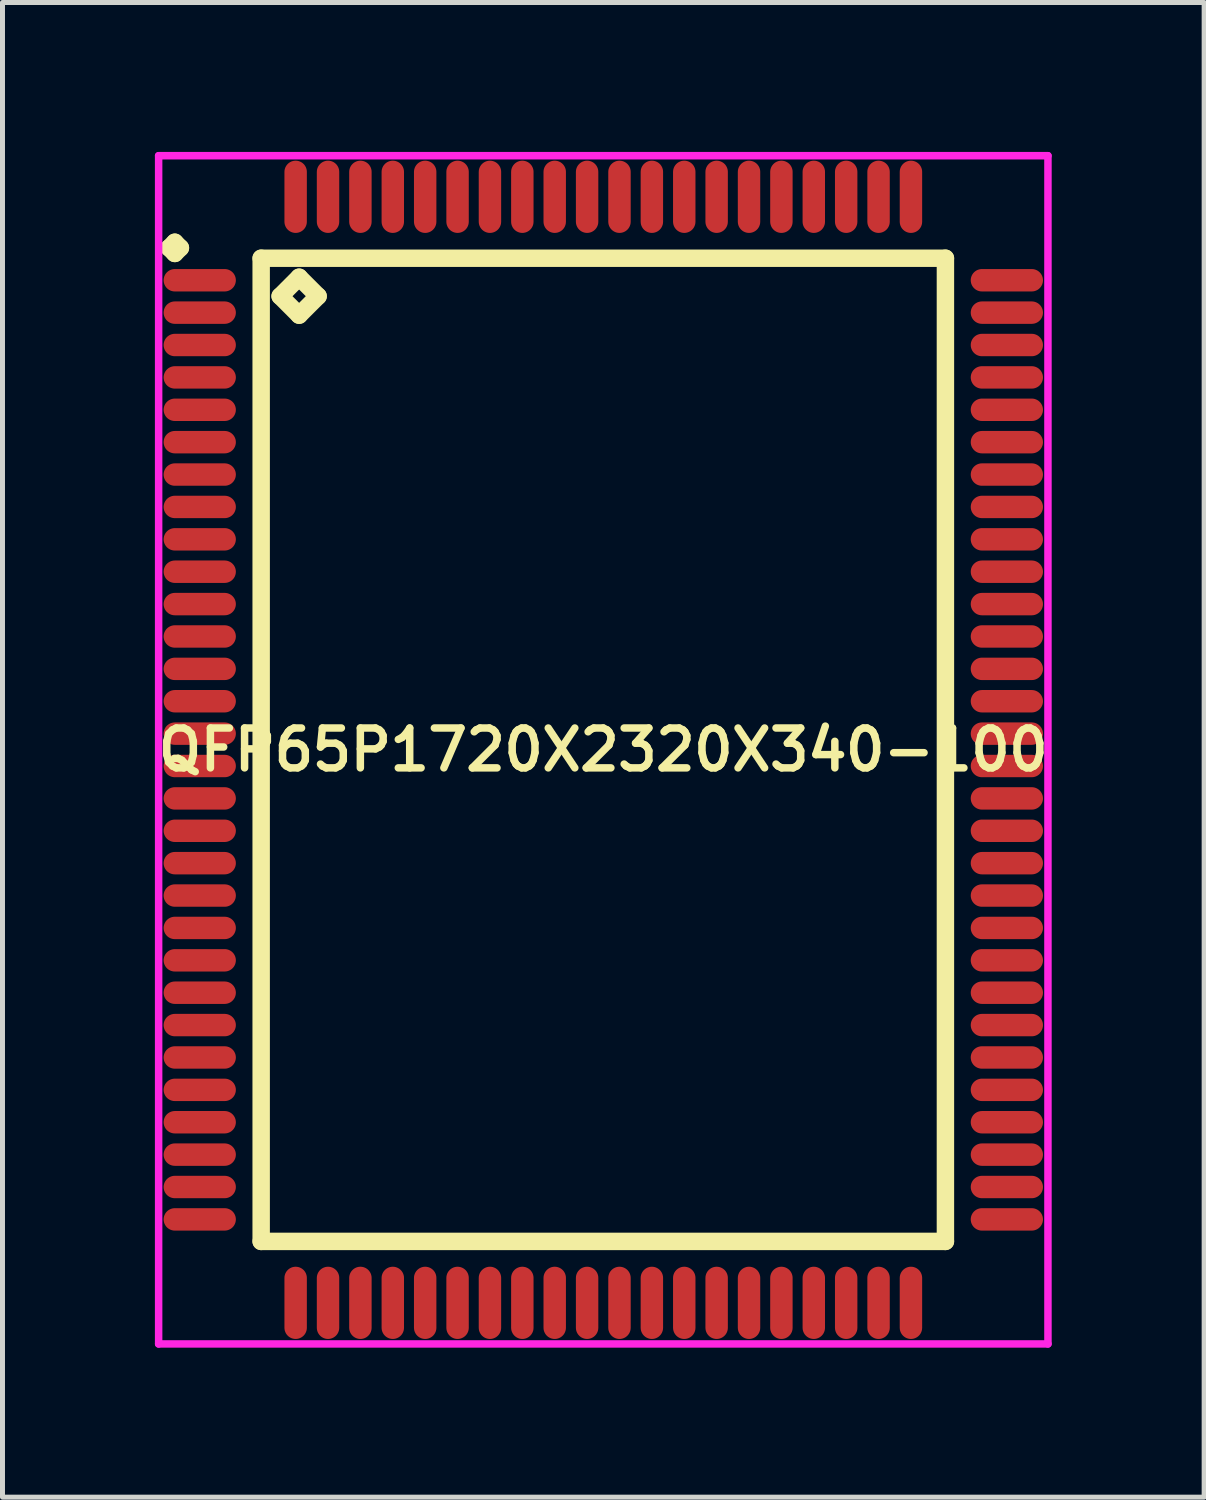
<source format=kicad_pcb>
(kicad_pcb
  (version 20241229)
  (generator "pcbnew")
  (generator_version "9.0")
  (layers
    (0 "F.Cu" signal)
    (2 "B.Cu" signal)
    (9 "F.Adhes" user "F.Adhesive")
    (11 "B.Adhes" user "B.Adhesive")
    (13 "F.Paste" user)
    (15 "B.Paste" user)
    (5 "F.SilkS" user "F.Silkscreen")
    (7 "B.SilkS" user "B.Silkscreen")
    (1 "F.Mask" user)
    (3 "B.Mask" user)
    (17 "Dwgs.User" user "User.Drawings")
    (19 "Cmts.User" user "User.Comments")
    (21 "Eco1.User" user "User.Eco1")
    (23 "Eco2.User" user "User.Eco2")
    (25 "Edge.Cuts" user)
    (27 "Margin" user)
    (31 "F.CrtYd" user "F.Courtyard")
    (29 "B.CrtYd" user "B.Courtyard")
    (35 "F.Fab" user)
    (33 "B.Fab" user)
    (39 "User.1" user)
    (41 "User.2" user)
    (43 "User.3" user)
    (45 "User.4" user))
  (footprint "QFP65P1720X2320X340-100"
    (layer "F.Cu")
    (at 9.059 12)
    (property "Reference" "QFP65P1720X2320X340-100" (at 0 0 0) (layer "F.SilkS") (effects (font (size 0.8 0.8) (thickness 0.15))))
    (attr smd)
    (fp_line (start -8.713 -10.075) (end -8.6 -10.188) (stroke (width 0.35) (type solid)) (layer "F.SilkS"))
    (fp_line (start -8.6 -10.188) (end -8.488 -10.075) (stroke (width 0.35) (type solid)) (layer "F.SilkS"))
    (fp_line (start -8.6 -9.963) (end -8.713 -10.075) (stroke (width 0.35) (type solid)) (layer "F.SilkS"))
    (fp_line (start -8.488 -10.075) (end -8.6 -9.963) (stroke (width 0.35) (type solid)) (layer "F.SilkS"))
    (fp_line (start -6.867 -9.867) (end -6.867 9.867) (stroke (width 0.35) (type solid)) (layer "F.SilkS"))
    (fp_line (start -6.867 9.867) (end 6.867 9.867) (stroke (width 0.35) (type solid)) (layer "F.SilkS"))
    (fp_line (start -6.486 -9.105) (end -6.105 -9.486) (stroke (width 0.35) (type solid)) (layer "F.SilkS"))
    (fp_line (start -6.105 -9.486) (end -5.724 -9.105) (stroke (width 0.35) (type solid)) (layer "F.SilkS"))
    (fp_line (start -6.105 -8.724) (end -6.486 -9.105) (stroke (width 0.35) (type solid)) (layer "F.SilkS"))
    (fp_line (start -5.724 -9.105) (end -6.105 -8.724) (stroke (width 0.35) (type solid)) (layer "F.SilkS"))
    (fp_line (start 6.867 -9.867) (end -6.867 -9.867) (stroke (width 0.35) (type solid)) (layer "F.SilkS"))
    (fp_line (start 6.867 9.867) (end 6.867 -9.867) (stroke (width 0.35) (type solid)) (layer "F.SilkS"))
    (fp_line (start -8.925 -11.925) (end 8.925 -11.925) (stroke (width 0.15) (type solid)) (layer "F.CrtYd"))
    (fp_line (start -8.925 11.925) (end -8.925 -11.925) (stroke (width 0.15) (type solid)) (layer "F.CrtYd"))
    (fp_line (start 8.925 -11.925) (end 8.925 11.925) (stroke (width 0.15) (type solid)) (layer "F.CrtYd"))
    (fp_line (start 8.925 11.925) (end -8.925 11.925) (stroke (width 0.15) (type solid)) (layer "F.CrtYd"))
    (pad "1" smd oval (at -8.1 -9.425) (size 1.45 0.45) (layers "F.Cu" "F.Mask" "F.Paste"))
    (pad "2" smd oval (at -8.1 -8.775) (size 1.45 0.45) (layers "F.Cu" "F.Mask" "F.Paste"))
    (pad "3" smd oval (at -8.1 -8.125) (size 1.45 0.45) (layers "F.Cu" "F.Mask" "F.Paste"))
    (pad "4" smd oval (at -8.1 -7.475) (size 1.45 0.45) (layers "F.Cu" "F.Mask" "F.Paste"))
    (pad "5" smd oval (at -8.1 -6.825) (size 1.45 0.45) (layers "F.Cu" "F.Mask" "F.Paste"))
    (pad "6" smd oval (at -8.1 -6.175) (size 1.45 0.45) (layers "F.Cu" "F.Mask" "F.Paste"))
    (pad "7" smd oval (at -8.1 -5.525) (size 1.45 0.45) (layers "F.Cu" "F.Mask" "F.Paste"))
    (pad "8" smd oval (at -8.1 -4.875) (size 1.45 0.45) (layers "F.Cu" "F.Mask" "F.Paste"))
    (pad "9" smd oval (at -8.1 -4.225) (size 1.45 0.45) (layers "F.Cu" "F.Mask" "F.Paste"))
    (pad "10" smd oval (at -8.1 -3.575) (size 1.45 0.45) (layers "F.Cu" "F.Mask" "F.Paste"))
    (pad "11" smd oval (at -8.1 -2.925) (size 1.45 0.45) (layers "F.Cu" "F.Mask" "F.Paste"))
    (pad "12" smd oval (at -8.1 -2.275) (size 1.45 0.45) (layers "F.Cu" "F.Mask" "F.Paste"))
    (pad "13" smd oval (at -8.1 -1.625) (size 1.45 0.45) (layers "F.Cu" "F.Mask" "F.Paste"))
    (pad "14" smd oval (at -8.1 -0.975) (size 1.45 0.45) (layers "F.Cu" "F.Mask" "F.Paste"))
    (pad "15" smd oval (at -8.1 -0.325) (size 1.45 0.45) (layers "F.Cu" "F.Mask" "F.Paste"))
    (pad "16" smd oval (at -8.1 0.325) (size 1.45 0.45) (layers "F.Cu" "F.Mask" "F.Paste"))
    (pad "17" smd oval (at -8.1 0.975) (size 1.45 0.45) (layers "F.Cu" "F.Mask" "F.Paste"))
    (pad "18" smd oval (at -8.1 1.625) (size 1.45 0.45) (layers "F.Cu" "F.Mask" "F.Paste"))
    (pad "19" smd oval (at -8.1 2.275) (size 1.45 0.45) (layers "F.Cu" "F.Mask" "F.Paste"))
    (pad "20" smd oval (at -8.1 2.925) (size 1.45 0.45) (layers "F.Cu" "F.Mask" "F.Paste"))
    (pad "21" smd oval (at -8.1 3.575) (size 1.45 0.45) (layers "F.Cu" "F.Mask" "F.Paste"))
    (pad "22" smd oval (at -8.1 4.225) (size 1.45 0.45) (layers "F.Cu" "F.Mask" "F.Paste"))
    (pad "23" smd oval (at -8.1 4.875) (size 1.45 0.45) (layers "F.Cu" "F.Mask" "F.Paste"))
    (pad "24" smd oval (at -8.1 5.525) (size 1.45 0.45) (layers "F.Cu" "F.Mask" "F.Paste"))
    (pad "25" smd oval (at -8.1 6.175) (size 1.45 0.45) (layers "F.Cu" "F.Mask" "F.Paste"))
    (pad "26" smd oval (at -8.1 6.825) (size 1.45 0.45) (layers "F.Cu" "F.Mask" "F.Paste"))
    (pad "27" smd oval (at -8.1 7.475) (size 1.45 0.45) (layers "F.Cu" "F.Mask" "F.Paste"))
    (pad "28" smd oval (at -8.1 8.125) (size 1.45 0.45) (layers "F.Cu" "F.Mask" "F.Paste"))
    (pad "29" smd oval (at -8.1 8.775) (size 1.45 0.45) (layers "F.Cu" "F.Mask" "F.Paste"))
    (pad "30" smd oval (at -8.1 9.425) (size 1.45 0.45) (layers "F.Cu" "F.Mask" "F.Paste"))
    (pad "31" smd oval (at -6.175 11.1) (size 0.45 1.45) (layers "F.Cu" "F.Mask" "F.Paste"))
    (pad "32" smd oval (at -5.525 11.1) (size 0.45 1.45) (layers "F.Cu" "F.Mask" "F.Paste"))
    (pad "33" smd oval (at -4.875 11.1) (size 0.45 1.45) (layers "F.Cu" "F.Mask" "F.Paste"))
    (pad "34" smd oval (at -4.225 11.1) (size 0.45 1.45) (layers "F.Cu" "F.Mask" "F.Paste"))
    (pad "35" smd oval (at -3.575 11.1) (size 0.45 1.45) (layers "F.Cu" "F.Mask" "F.Paste"))
    (pad "36" smd oval (at -2.925 11.1) (size 0.45 1.45) (layers "F.Cu" "F.Mask" "F.Paste"))
    (pad "37" smd oval (at -2.275 11.1) (size 0.45 1.45) (layers "F.Cu" "F.Mask" "F.Paste"))
    (pad "38" smd oval (at -1.625 11.1) (size 0.45 1.45) (layers "F.Cu" "F.Mask" "F.Paste"))
    (pad "39" smd oval (at -0.975 11.1) (size 0.45 1.45) (layers "F.Cu" "F.Mask" "F.Paste"))
    (pad "40" smd oval (at -0.325 11.1) (size 0.45 1.45) (layers "F.Cu" "F.Mask" "F.Paste"))
    (pad "41" smd oval (at 0.325 11.1) (size 0.45 1.45) (layers "F.Cu" "F.Mask" "F.Paste"))
    (pad "42" smd oval (at 0.975 11.1) (size 0.45 1.45) (layers "F.Cu" "F.Mask" "F.Paste"))
    (pad "43" smd oval (at 1.625 11.1) (size 0.45 1.45) (layers "F.Cu" "F.Mask" "F.Paste"))
    (pad "44" smd oval (at 2.275 11.1) (size 0.45 1.45) (layers "F.Cu" "F.Mask" "F.Paste"))
    (pad "45" smd oval (at 2.925 11.1) (size 0.45 1.45) (layers "F.Cu" "F.Mask" "F.Paste"))
    (pad "46" smd oval (at 3.575 11.1) (size 0.45 1.45) (layers "F.Cu" "F.Mask" "F.Paste"))
    (pad "47" smd oval (at 4.225 11.1) (size 0.45 1.45) (layers "F.Cu" "F.Mask" "F.Paste"))
    (pad "48" smd oval (at 4.875 11.1) (size 0.45 1.45) (layers "F.Cu" "F.Mask" "F.Paste"))
    (pad "49" smd oval (at 5.525 11.1) (size 0.45 1.45) (layers "F.Cu" "F.Mask" "F.Paste"))
    (pad "50" smd oval (at 6.175 11.1) (size 0.45 1.45) (layers "F.Cu" "F.Mask" "F.Paste"))
    (pad "51" smd oval (at 8.1 9.425) (size 1.45 0.45) (layers "F.Cu" "F.Mask" "F.Paste"))
    (pad "52" smd oval (at 8.1 8.775) (size 1.45 0.45) (layers "F.Cu" "F.Mask" "F.Paste"))
    (pad "53" smd oval (at 8.1 8.125) (size 1.45 0.45) (layers "F.Cu" "F.Mask" "F.Paste"))
    (pad "54" smd oval (at 8.1 7.475) (size 1.45 0.45) (layers "F.Cu" "F.Mask" "F.Paste"))
    (pad "55" smd oval (at 8.1 6.825) (size 1.45 0.45) (layers "F.Cu" "F.Mask" "F.Paste"))
    (pad "56" smd oval (at 8.1 6.175) (size 1.45 0.45) (layers "F.Cu" "F.Mask" "F.Paste"))
    (pad "57" smd oval (at 8.1 5.525) (size 1.45 0.45) (layers "F.Cu" "F.Mask" "F.Paste"))
    (pad "58" smd oval (at 8.1 4.875) (size 1.45 0.45) (layers "F.Cu" "F.Mask" "F.Paste"))
    (pad "59" smd oval (at 8.1 4.225) (size 1.45 0.45) (layers "F.Cu" "F.Mask" "F.Paste"))
    (pad "60" smd oval (at 8.1 3.575) (size 1.45 0.45) (layers "F.Cu" "F.Mask" "F.Paste"))
    (pad "61" smd oval (at 8.1 2.925) (size 1.45 0.45) (layers "F.Cu" "F.Mask" "F.Paste"))
    (pad "62" smd oval (at 8.1 2.275) (size 1.45 0.45) (layers "F.Cu" "F.Mask" "F.Paste"))
    (pad "63" smd oval (at 8.1 1.625) (size 1.45 0.45) (layers "F.Cu" "F.Mask" "F.Paste"))
    (pad "64" smd oval (at 8.1 0.975) (size 1.45 0.45) (layers "F.Cu" "F.Mask" "F.Paste"))
    (pad "65" smd oval (at 8.1 0.325) (size 1.45 0.45) (layers "F.Cu" "F.Mask" "F.Paste"))
    (pad "66" smd oval (at 8.1 -0.325) (size 1.45 0.45) (layers "F.Cu" "F.Mask" "F.Paste"))
    (pad "67" smd oval (at 8.1 -0.975) (size 1.45 0.45) (layers "F.Cu" "F.Mask" "F.Paste"))
    (pad "68" smd oval (at 8.1 -1.625) (size 1.45 0.45) (layers "F.Cu" "F.Mask" "F.Paste"))
    (pad "69" smd oval (at 8.1 -2.275) (size 1.45 0.45) (layers "F.Cu" "F.Mask" "F.Paste"))
    (pad "70" smd oval (at 8.1 -2.925) (size 1.45 0.45) (layers "F.Cu" "F.Mask" "F.Paste"))
    (pad "71" smd oval (at 8.1 -3.575) (size 1.45 0.45) (layers "F.Cu" "F.Mask" "F.Paste"))
    (pad "72" smd oval (at 8.1 -4.225) (size 1.45 0.45) (layers "F.Cu" "F.Mask" "F.Paste"))
    (pad "73" smd oval (at 8.1 -4.875) (size 1.45 0.45) (layers "F.Cu" "F.Mask" "F.Paste"))
    (pad "74" smd oval (at 8.1 -5.525) (size 1.45 0.45) (layers "F.Cu" "F.Mask" "F.Paste"))
    (pad "75" smd oval (at 8.1 -6.175) (size 1.45 0.45) (layers "F.Cu" "F.Mask" "F.Paste"))
    (pad "76" smd oval (at 8.1 -6.825) (size 1.45 0.45) (layers "F.Cu" "F.Mask" "F.Paste"))
    (pad "77" smd oval (at 8.1 -7.475) (size 1.45 0.45) (layers "F.Cu" "F.Mask" "F.Paste"))
    (pad "78" smd oval (at 8.1 -8.125) (size 1.45 0.45) (layers "F.Cu" "F.Mask" "F.Paste"))
    (pad "79" smd oval (at 8.1 -8.775) (size 1.45 0.45) (layers "F.Cu" "F.Mask" "F.Paste"))
    (pad "80" smd oval (at 8.1 -9.425) (size 1.45 0.45) (layers "F.Cu" "F.Mask" "F.Paste"))
    (pad "81" smd oval (at 6.175 -11.1) (size 0.45 1.45) (layers "F.Cu" "F.Mask" "F.Paste"))
    (pad "82" smd oval (at 5.525 -11.1) (size 0.45 1.45) (layers "F.Cu" "F.Mask" "F.Paste"))
    (pad "83" smd oval (at 4.875 -11.1) (size 0.45 1.45) (layers "F.Cu" "F.Mask" "F.Paste"))
    (pad "84" smd oval (at 4.225 -11.1) (size 0.45 1.45) (layers "F.Cu" "F.Mask" "F.Paste"))
    (pad "85" smd oval (at 3.575 -11.1) (size 0.45 1.45) (layers "F.Cu" "F.Mask" "F.Paste"))
    (pad "86" smd oval (at 2.925 -11.1) (size 0.45 1.45) (layers "F.Cu" "F.Mask" "F.Paste"))
    (pad "87" smd oval (at 2.275 -11.1) (size 0.45 1.45) (layers "F.Cu" "F.Mask" "F.Paste"))
    (pad "88" smd oval (at 1.625 -11.1) (size 0.45 1.45) (layers "F.Cu" "F.Mask" "F.Paste"))
    (pad "89" smd oval (at 0.975 -11.1) (size 0.45 1.45) (layers "F.Cu" "F.Mask" "F.Paste"))
    (pad "90" smd oval (at 0.325 -11.1) (size 0.45 1.45) (layers "F.Cu" "F.Mask" "F.Paste"))
    (pad "91" smd oval (at -0.325 -11.1) (size 0.45 1.45) (layers "F.Cu" "F.Mask" "F.Paste"))
    (pad "92" smd oval (at -0.975 -11.1) (size 0.45 1.45) (layers "F.Cu" "F.Mask" "F.Paste"))
    (pad "93" smd oval (at -1.625 -11.1) (size 0.45 1.45) (layers "F.Cu" "F.Mask" "F.Paste"))
    (pad "94" smd oval (at -2.275 -11.1) (size 0.45 1.45) (layers "F.Cu" "F.Mask" "F.Paste"))
    (pad "95" smd oval (at -2.925 -11.1) (size 0.45 1.45) (layers "F.Cu" "F.Mask" "F.Paste"))
    (pad "96" smd oval (at -3.575 -11.1) (size 0.45 1.45) (layers "F.Cu" "F.Mask" "F.Paste"))
    (pad "97" smd oval (at -4.225 -11.1) (size 0.45 1.45) (layers "F.Cu" "F.Mask" "F.Paste"))
    (pad "98" smd oval (at -4.875 -11.1) (size 0.45 1.45) (layers "F.Cu" "F.Mask" "F.Paste"))
    (pad "99" smd oval (at -5.525 -11.1) (size 0.45 1.45) (layers "F.Cu" "F.Mask" "F.Paste"))
    (pad "100" smd oval (at -6.175 -11.1) (size 0.45 1.45) (layers "F.Cu" "F.Mask" "F.Paste")))
  (gr_rect
    (start -3 -3)
    (end 21.119 27)
    (stroke (width 0.1) (type default))
    (fill no)
    (layer "Edge.Cuts")))
</source>
